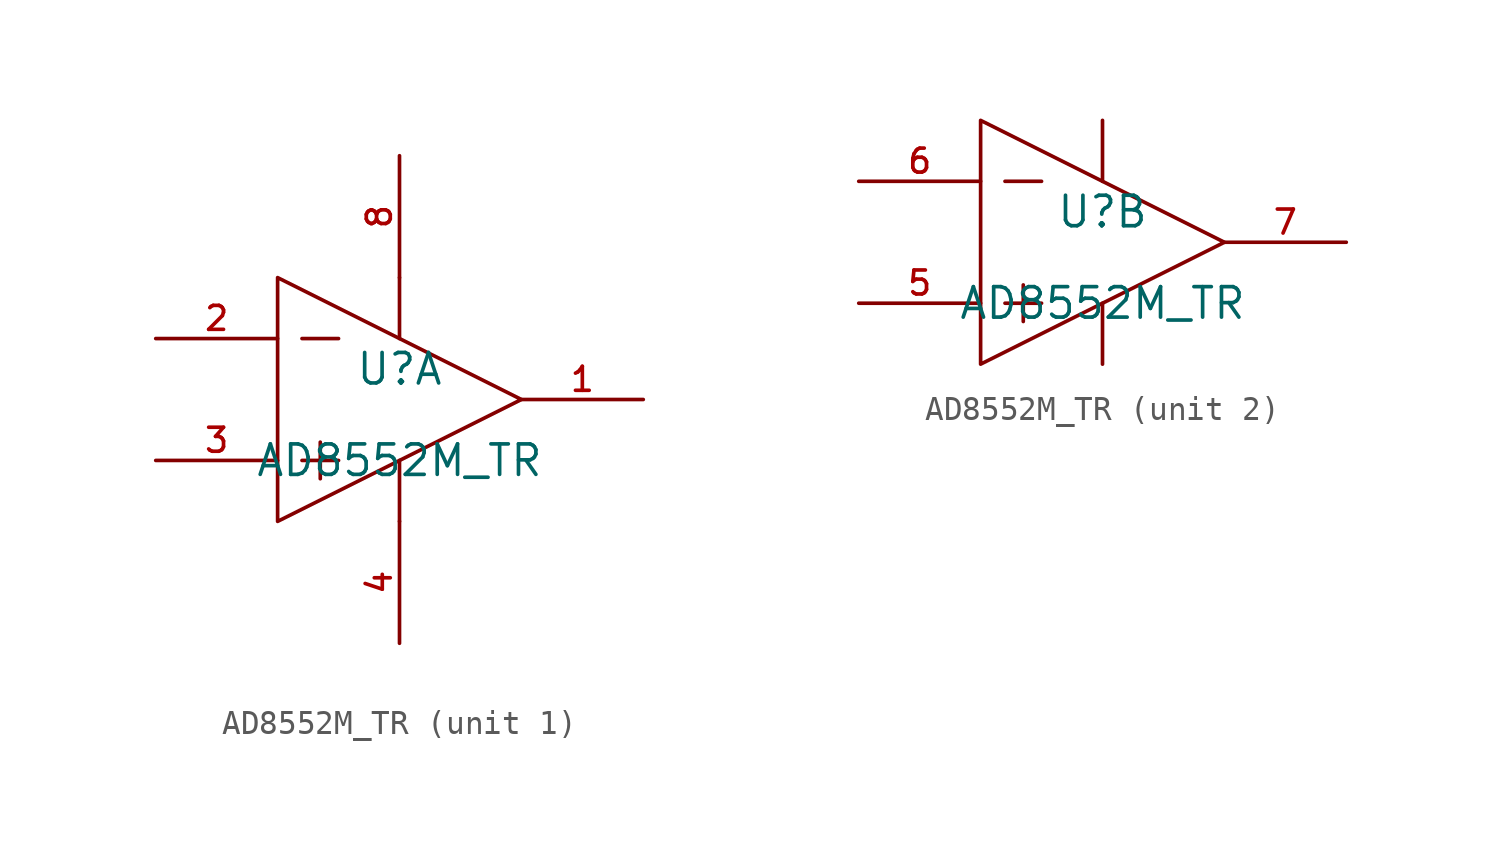
<source format=kicad_sym>
(kicad_symbol_lib
  (version 20220914)
  (generator kicad_symbol_editor)
  (symbol "AD8552M_TR"
    (pin_names hide)
    (property "Reference" "U"
      (at 0 1.27 0)
      (effects (font (size 1.27 1.27))))
    (property "Value" "AD8552M_TR"
      (at 0 -2.54 0)
      (effects (font (size 1.27 1.27))))
    (symbol "AD8552M_TR_1_1"
      (polyline (pts (xy -4.064 -2.54) (xy -2.54 -2.54)) (stroke (width 0) (type default)) (fill (type none)))
      (polyline (pts (xy -4.064 2.54) (xy -2.54 2.54)) (stroke (width 0) (type default)) (fill (type none)))
      (polyline (pts (xy -3.302 -1.778) (xy -3.302 -3.302)) (stroke (width 0) (type default)) (fill (type none)))
      (polyline (pts (xy 0 -2.54) (xy 0 -5.08)) (stroke (width 0) (type default)) (fill (type none)))
      (polyline (pts (xy 0 5.08) (xy 0 2.54)) (stroke (width 0) (type default)) (fill (type none)))
      (polyline (pts (xy -5.08 -5.08) (xy 5.08 0) (xy -5.08 5.08) (xy -5.08 -5.08)) (stroke (width 0) (type default)) (fill (type none)))
      (pin output line (at 10.16 0 180) (length 5.08) (name "OUTA" (effects (font (size 1 1)))) (number "1" (effects (font (size 1 1)))))
      (pin unspecified line (at -10.16 2.54 0) (length 5.08) (name "INA-" (effects (font (size 1 1)))) (number "2" (effects (font (size 1 1)))))
      (pin unspecified line (at -10.16 -2.54 0) (length 5.08) (name "INA+" (effects (font (size 1 1)))) (number "3" (effects (font (size 1 1)))))
      (pin power_in line (at 0 -10.16 90) (length 5.08) (name "VSS" (effects (font (size 1 1)))) (number "4" (effects (font (size 1 1)))))
      (pin power_in line (at 0 10.16 270) (length 5.08) (name "VDD" (effects (font (size 1 1)))) (number "8" (effects (font (size 1 1))))))
    (symbol "AD8552M_TR_2_1"
      (polyline (pts (xy -4.064 -2.54) (xy -2.54 -2.54)) (stroke (width 0) (type default)) (fill (type none)))
      (polyline (pts (xy -4.064 2.54) (xy -2.54 2.54)) (stroke (width 0) (type default)) (fill (type none)))
      (polyline (pts (xy -3.302 -1.778) (xy -3.302 -3.302)) (stroke (width 0) (type default)) (fill (type none)))
      (polyline (pts (xy 0 -2.54) (xy 0 -5.08)) (stroke (width 0) (type default)) (fill (type none)))
      (polyline (pts (xy 0 5.08) (xy 0 2.54)) (stroke (width 0) (type default)) (fill (type none)))
      (polyline (pts (xy -5.08 -5.08) (xy 5.08 0) (xy -5.08 5.08) (xy -5.08 -5.08)) (stroke (width 0) (type default)) (fill (type none)))
      (pin unspecified line (at -10.16 -2.54 0) (length 5.08) (name "INB+" (effects (font (size 1 1)))) (number "5" (effects (font (size 1 1)))))
      (pin unspecified line (at -10.16 2.54 0) (length 5.08) (name "INB-" (effects (font (size 1 1)))) (number "6" (effects (font (size 1 1)))))
      (pin output line (at 10.16 0 180) (length 5.08) (name "OUTB" (effects (font (size 1 1)))) (number "7" (effects (font (size 1 1))))))))
</source>
